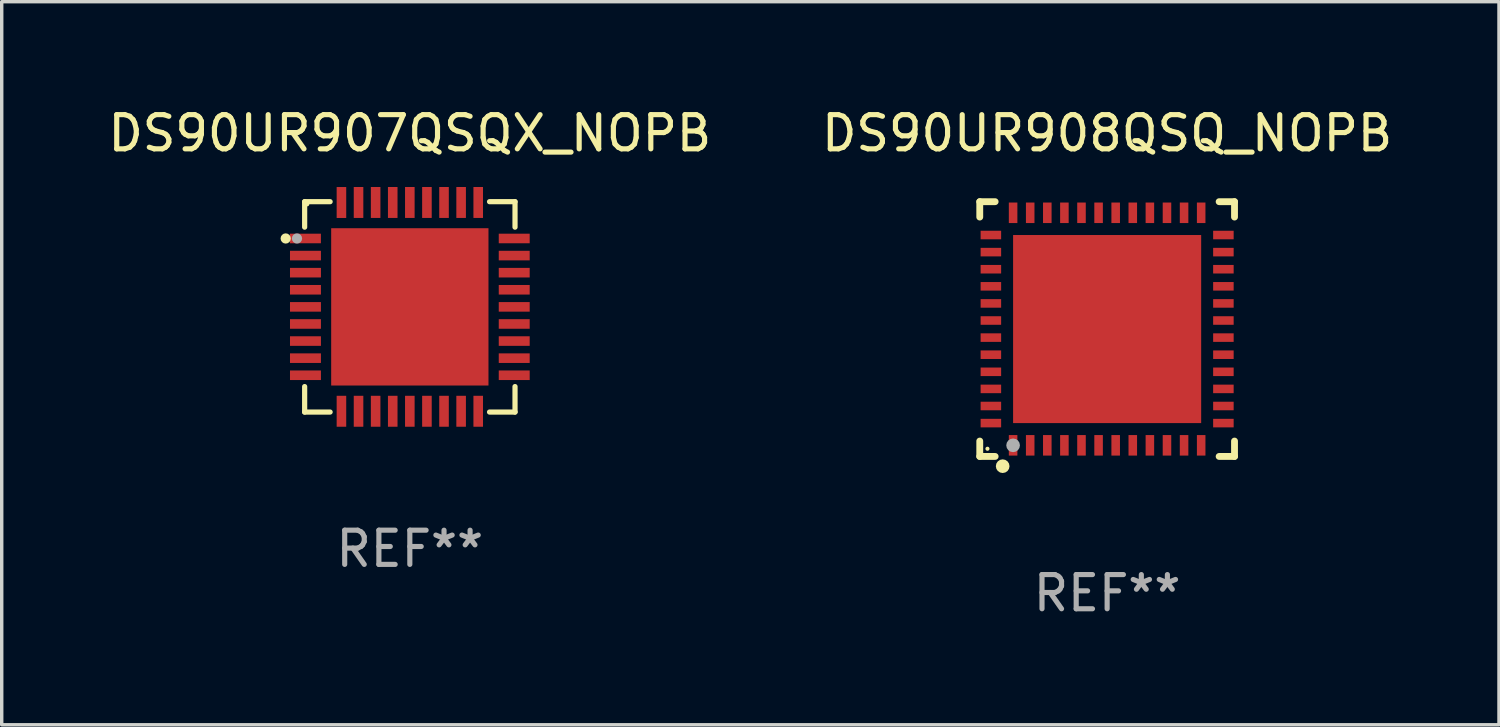
<source format=kicad_pcb>
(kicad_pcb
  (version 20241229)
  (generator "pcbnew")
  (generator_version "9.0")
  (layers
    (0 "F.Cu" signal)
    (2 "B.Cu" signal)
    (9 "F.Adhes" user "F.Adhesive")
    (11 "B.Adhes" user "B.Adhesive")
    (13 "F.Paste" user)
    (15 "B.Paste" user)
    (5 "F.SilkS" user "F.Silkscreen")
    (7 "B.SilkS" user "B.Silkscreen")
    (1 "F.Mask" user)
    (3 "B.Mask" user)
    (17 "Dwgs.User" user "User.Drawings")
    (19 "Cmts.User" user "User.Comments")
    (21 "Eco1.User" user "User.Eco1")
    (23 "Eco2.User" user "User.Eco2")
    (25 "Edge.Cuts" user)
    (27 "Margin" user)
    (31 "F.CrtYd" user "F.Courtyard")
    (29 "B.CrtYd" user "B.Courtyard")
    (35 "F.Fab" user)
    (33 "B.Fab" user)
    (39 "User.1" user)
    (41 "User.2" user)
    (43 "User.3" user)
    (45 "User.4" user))
  (footprint "DS90UR907QSQX_NOPB"
    (layer "F.Cu")
    (at 8.935 5.924)
    (property "Reference" "DS90UR907QSQX_NOPB" (at 0 -5.076 0) (layer "F.SilkS") (effects (font (size 1 1) (thickness 0.15))))
    (attr through_hole)
    (fp_line (start -3.076 -3.076) (end -3.076 -2.331) (stroke (width 0.152) (type solid)) (layer "F.SilkS"))
    (fp_line (start -3.076 3.076) (end -3.076 2.331) (stroke (width 0.152) (type solid)) (layer "F.SilkS"))
    (fp_line (start -2.331 -3.076) (end -3.076 -3.076) (stroke (width 0.152) (type solid)) (layer "F.SilkS"))
    (fp_line (start -2.331 3.076) (end -3.076 3.076) (stroke (width 0.152) (type solid)) (layer "F.SilkS"))
    (fp_line (start 2.331 -3.076) (end 3.076 -3.076) (stroke (width 0.152) (type solid)) (layer "F.SilkS"))
    (fp_line (start 2.331 3.076) (end 3.076 3.076) (stroke (width 0.152) (type solid)) (layer "F.SilkS"))
    (fp_line (start 3.076 -3.076) (end 3.076 -2.331) (stroke (width 0.152) (type solid)) (layer "F.SilkS"))
    (fp_line (start 3.076 3.076) (end 3.076 2.331) (stroke (width 0.152) (type solid)) (layer "F.SilkS"))
    (fp_circle (center -3.63 -2) (end -3.555 -2) (stroke (width 0.15) (type solid)) (fill no) (layer "F.SilkS"))
    (fp_circle (center -3 -3) (end -2.97 -3) (stroke (width 0.06) (type solid)) (fill no) (layer "F.SilkS"))
    (fp_circle (center -3.3 -2) (end -3.225 -2) (stroke (width 0.15) (type solid)) (fill no) (layer "F.Fab"))
    (fp_text user "REF**" (at 0 7.076 0) (layer "F.Fab") (effects (font (size 1 1) (thickness 0.15))))
    (pad "1" smd rect (at -3.053 -2) (size 0.905 0.28) (layers "F.Cu" "F.Mask" "F.Paste"))
    (pad "2" smd rect (at -3.052 -1.5) (size 0.905 0.28) (layers "F.Cu" "F.Mask" "F.Paste"))
    (pad "3" smd rect (at -3.052 -1) (size 0.905 0.28) (layers "F.Cu" "F.Mask" "F.Paste"))
    (pad "4" smd rect (at -3.052 -0.5) (size 0.905 0.28) (layers "F.Cu" "F.Mask" "F.Paste"))
    (pad "5" smd rect (at -3.052 0) (size 0.905 0.28) (layers "F.Cu" "F.Mask" "F.Paste"))
    (pad "6" smd rect (at -3.052 0.5) (size 0.905 0.28) (layers "F.Cu" "F.Mask" "F.Paste"))
    (pad "7" smd rect (at -3.052 1) (size 0.905 0.28) (layers "F.Cu" "F.Mask" "F.Paste"))
    (pad "8" smd rect (at -3.052 1.5) (size 0.905 0.28) (layers "F.Cu" "F.Mask" "F.Paste"))
    (pad "9" smd rect (at -3.052 2) (size 0.905 0.28) (layers "F.Cu" "F.Mask" "F.Paste"))
    (pad "10" smd rect (at -2 3.053) (size 0.28 0.905) (layers "F.Cu" "F.Mask" "F.Paste"))
    (pad "11" smd rect (at -1.5 3.053) (size 0.28 0.905) (layers "F.Cu" "F.Mask" "F.Paste"))
    (pad "12" smd rect (at -1 3.053) (size 0.28 0.905) (layers "F.Cu" "F.Mask" "F.Paste"))
    (pad "13" smd rect (at -0.5 3.053) (size 0.28 0.905) (layers "F.Cu" "F.Mask" "F.Paste"))
    (pad "14" smd rect (at 0 3.053) (size 0.28 0.905) (layers "F.Cu" "F.Mask" "F.Paste"))
    (pad "15" smd rect (at 0.5 3.053) (size 0.28 0.905) (layers "F.Cu" "F.Mask" "F.Paste"))
    (pad "16" smd rect (at 1 3.053) (size 0.28 0.905) (layers "F.Cu" "F.Mask" "F.Paste"))
    (pad "17" smd rect (at 1.5 3.053) (size 0.28 0.905) (layers "F.Cu" "F.Mask" "F.Paste"))
    (pad "18" smd rect (at 2 3.053) (size 0.28 0.905) (layers "F.Cu" "F.Mask" "F.Paste"))
    (pad "19" smd rect (at 3.053 2) (size 0.905 0.28) (layers "F.Cu" "F.Mask" "F.Paste"))
    (pad "20" smd rect (at 3.053 1.5) (size 0.905 0.28) (layers "F.Cu" "F.Mask" "F.Paste"))
    (pad "21" smd rect (at 3.053 1) (size 0.905 0.28) (layers "F.Cu" "F.Mask" "F.Paste"))
    (pad "22" smd rect (at 3.053 0.5) (size 0.905 0.28) (layers "F.Cu" "F.Mask" "F.Paste"))
    (pad "23" smd rect (at 3.053 0) (size 0.905 0.28) (layers "F.Cu" "F.Mask" "F.Paste"))
    (pad "24" smd rect (at 3.053 -0.5) (size 0.905 0.28) (layers "F.Cu" "F.Mask" "F.Paste"))
    (pad "25" smd rect (at 3.053 -1) (size 0.905 0.28) (layers "F.Cu" "F.Mask" "F.Paste"))
    (pad "26" smd rect (at 3.053 -1.5) (size 0.905 0.28) (layers "F.Cu" "F.Mask" "F.Paste"))
    (pad "27" smd rect (at 3.053 -2) (size 0.905 0.28) (layers "F.Cu" "F.Mask" "F.Paste"))
    (pad "28" smd rect (at 2 -3.053) (size 0.28 0.905) (layers "F.Cu" "F.Mask" "F.Paste"))
    (pad "29" smd rect (at 1.5 -3.053) (size 0.28 0.905) (layers "F.Cu" "F.Mask" "F.Paste"))
    (pad "30" smd rect (at 1 -3.053) (size 0.28 0.905) (layers "F.Cu" "F.Mask" "F.Paste"))
    (pad "31" smd rect (at 0.5 -3.053) (size 0.28 0.905) (layers "F.Cu" "F.Mask" "F.Paste"))
    (pad "32" smd rect (at 0 -3.053) (size 0.28 0.905) (layers "F.Cu" "F.Mask" "F.Paste"))
    (pad "33" smd rect (at -0.5 -3.053) (size 0.28 0.905) (layers "F.Cu" "F.Mask" "F.Paste"))
    (pad "34" smd rect (at -1 -3.053) (size 0.28 0.905) (layers "F.Cu" "F.Mask" "F.Paste"))
    (pad "35" smd rect (at -1.5 -3.053) (size 0.28 0.905) (layers "F.Cu" "F.Mask" "F.Paste"))
    (pad "36" smd rect (at -2 -3.052) (size 0.28 0.905) (layers "F.Cu" "F.Mask" "F.Paste"))
    (pad "37" smd rect (at 0 0) (size 4.6 4.6) (layers "F.Cu" "F.Mask" "F.Paste")))
  (footprint "DS90UR908QSQ_NOPB"
    (layer "F.Cu")
    (at 29.327 6.573)
    (property "Reference" "DS90UR908QSQ_NOPB" (at 0 -5.725 0) (layer "F.SilkS") (effects (font (size 1 1) (thickness 0.15))))
    (attr through_hole)
    (fp_line (start -3.725 -3.725) (end -3.275 -3.725) (stroke (width 0.2) (type solid)) (layer "F.SilkS"))
    (fp_line (start -3.725 -3.275) (end -3.725 -3.725) (stroke (width 0.2) (type solid)) (layer "F.SilkS"))
    (fp_line (start -3.725 3.725) (end -3.725 3.275) (stroke (width 0.2) (type solid)) (layer "F.SilkS"))
    (fp_line (start -3.275 3.725) (end -3.725 3.725) (stroke (width 0.2) (type solid)) (layer "F.SilkS"))
    (fp_line (start 3.275 3.725) (end 3.725 3.725) (stroke (width 0.2) (type solid)) (layer "F.SilkS"))
    (fp_line (start 3.725 -3.725) (end 3.275 -3.725) (stroke (width 0.2) (type solid)) (layer "F.SilkS"))
    (fp_line (start 3.725 -3.275) (end 3.725 -3.725) (stroke (width 0.2) (type solid)) (layer "F.SilkS"))
    (fp_line (start 3.725 3.725) (end 3.725 3.275) (stroke (width 0.2) (type solid)) (layer "F.SilkS"))
    (fp_circle (center -3.5 3.5) (end -3.47 3.5) (stroke (width 0.06) (type solid)) (fill no) (layer "F.SilkS"))
    (fp_circle (center -3.055 4.01) (end -2.955 4.01) (stroke (width 0.2) (type solid)) (fill no) (layer "F.SilkS"))
    (fp_circle (center -2.75 3.4) (end -2.65 3.4) (stroke (width 0.2) (type solid)) (fill no) (layer "F.Fab"))
    (fp_text user "REF**" (at 0 7.725 0) (layer "F.Fab") (effects (font (size 1 1) (thickness 0.15))))
    (pad "1" smd rect (at -2.75 3.4 180) (size 0.25 0.6) (layers "F.Cu" "F.Mask" "F.Paste"))
    (pad "2" smd rect (at -2.25 3.4 180) (size 0.25 0.6) (layers "F.Cu" "F.Mask" "F.Paste"))
    (pad "3" smd rect (at -1.75 3.4 180) (size 0.25 0.6) (layers "F.Cu" "F.Mask" "F.Paste"))
    (pad "4" smd rect (at -1.25 3.4 180) (size 0.25 0.6) (layers "F.Cu" "F.Mask" "F.Paste"))
    (pad "5" smd rect (at -0.75 3.4 180) (size 0.25 0.6) (layers "F.Cu" "F.Mask" "F.Paste"))
    (pad "6" smd rect (at -0.25 3.4 180) (size 0.25 0.6) (layers "F.Cu" "F.Mask" "F.Paste"))
    (pad "7" smd rect (at 0.25 3.4 180) (size 0.25 0.6) (layers "F.Cu" "F.Mask" "F.Paste"))
    (pad "8" smd rect (at 0.75 3.4 180) (size 0.25 0.6) (layers "F.Cu" "F.Mask" "F.Paste"))
    (pad "9" smd rect (at 1.25 3.4 180) (size 0.25 0.6) (layers "F.Cu" "F.Mask" "F.Paste"))
    (pad "10" smd rect (at 1.75 3.4 180) (size 0.25 0.6) (layers "F.Cu" "F.Mask" "F.Paste"))
    (pad "11" smd rect (at 2.25 3.4 180) (size 0.25 0.6) (layers "F.Cu" "F.Mask" "F.Paste"))
    (pad "12" smd rect (at 2.75 3.4 180) (size 0.25 0.6) (layers "F.Cu" "F.Mask" "F.Paste"))
    (pad "13" smd rect (at 3.4 2.75 90) (size 0.25 0.6) (layers "F.Cu" "F.Mask" "F.Paste"))
    (pad "14" smd rect (at 3.4 2.25 90) (size 0.25 0.6) (layers "F.Cu" "F.Mask" "F.Paste"))
    (pad "15" smd rect (at 3.4 1.75 90) (size 0.25 0.6) (layers "F.Cu" "F.Mask" "F.Paste"))
    (pad "16" smd rect (at 3.4 1.25 90) (size 0.25 0.6) (layers "F.Cu" "F.Mask" "F.Paste"))
    (pad "17" smd rect (at 3.4 0.75 90) (size 0.25 0.6) (layers "F.Cu" "F.Mask" "F.Paste"))
    (pad "18" smd rect (at 3.4 0.25 90) (size 0.25 0.6) (layers "F.Cu" "F.Mask" "F.Paste"))
    (pad "19" smd rect (at 3.4 -0.25 90) (size 0.25 0.6) (layers "F.Cu" "F.Mask" "F.Paste"))
    (pad "20" smd rect (at 3.4 -0.75 90) (size 0.25 0.6) (layers "F.Cu" "F.Mask" "F.Paste"))
    (pad "21" smd rect (at 3.4 -1.25 90) (size 0.25 0.6) (layers "F.Cu" "F.Mask" "F.Paste"))
    (pad "22" smd rect (at 3.4 -1.75 90) (size 0.25 0.6) (layers "F.Cu" "F.Mask" "F.Paste"))
    (pad "23" smd rect (at 3.4 -2.25 90) (size 0.25 0.6) (layers "F.Cu" "F.Mask" "F.Paste"))
    (pad "24" smd rect (at 3.4 -2.75 90) (size 0.25 0.6) (layers "F.Cu" "F.Mask" "F.Paste"))
    (pad "25" smd rect (at 2.75 -3.4 180) (size 0.25 0.6) (layers "F.Cu" "F.Mask" "F.Paste"))
    (pad "26" smd rect (at 2.25 -3.4 180) (size 0.25 0.6) (layers "F.Cu" "F.Mask" "F.Paste"))
    (pad "27" smd rect (at 1.75 -3.4 180) (size 0.25 0.6) (layers "F.Cu" "F.Mask" "F.Paste"))
    (pad "28" smd rect (at 1.25 -3.4 180) (size 0.25 0.6) (layers "F.Cu" "F.Mask" "F.Paste"))
    (pad "29" smd rect (at 0.75 -3.4 180) (size 0.25 0.6) (layers "F.Cu" "F.Mask" "F.Paste"))
    (pad "30" smd rect (at 0.25 -3.4 180) (size 0.25 0.6) (layers "F.Cu" "F.Mask" "F.Paste"))
    (pad "31" smd rect (at -0.25 -3.4 180) (size 0.25 0.6) (layers "F.Cu" "F.Mask" "F.Paste"))
    (pad "32" smd rect (at -0.75 -3.4 180) (size 0.25 0.6) (layers "F.Cu" "F.Mask" "F.Paste"))
    (pad "33" smd rect (at -1.25 -3.4 180) (size 0.25 0.6) (layers "F.Cu" "F.Mask" "F.Paste"))
    (pad "34" smd rect (at -1.75 -3.4 180) (size 0.25 0.6) (layers "F.Cu" "F.Mask" "F.Paste"))
    (pad "35" smd rect (at -2.25 -3.4 180) (size 0.25 0.6) (layers "F.Cu" "F.Mask" "F.Paste"))
    (pad "36" smd rect (at -2.75 -3.4 180) (size 0.25 0.6) (layers "F.Cu" "F.Mask" "F.Paste"))
    (pad "37" smd rect (at -3.4 -2.75 90) (size 0.25 0.6) (layers "F.Cu" "F.Mask" "F.Paste"))
    (pad "38" smd rect (at -3.4 -2.25 90) (size 0.25 0.6) (layers "F.Cu" "F.Mask" "F.Paste"))
    (pad "39" smd rect (at -3.4 -1.75 90) (size 0.25 0.6) (layers "F.Cu" "F.Mask" "F.Paste"))
    (pad "40" smd rect (at -3.4 -1.25 90) (size 0.25 0.6) (layers "F.Cu" "F.Mask" "F.Paste"))
    (pad "41" smd rect (at -3.4 -0.75 90) (size 0.25 0.6) (layers "F.Cu" "F.Mask" "F.Paste"))
    (pad "42" smd rect (at -3.4 -0.25 90) (size 0.25 0.6) (layers "F.Cu" "F.Mask" "F.Paste"))
    (pad "43" smd rect (at -3.4 0.25 90) (size 0.25 0.6) (layers "F.Cu" "F.Mask" "F.Paste"))
    (pad "44" smd rect (at -3.4 0.75 90) (size 0.25 0.6) (layers "F.Cu" "F.Mask" "F.Paste"))
    (pad "45" smd rect (at -3.4 1.25 90) (size 0.25 0.6) (layers "F.Cu" "F.Mask" "F.Paste"))
    (pad "46" smd rect (at -3.4 1.75 90) (size 0.25 0.6) (layers "F.Cu" "F.Mask" "F.Paste"))
    (pad "47" smd rect (at -3.4 2.25 90) (size 0.25 0.6) (layers "F.Cu" "F.Mask" "F.Paste"))
    (pad "48" smd rect (at -3.4 2.75 90) (size 0.25 0.6) (layers "F.Cu" "F.Mask" "F.Paste"))
    (pad "49" smd rect (at -0.000076 -0.000076 90) (size 5.5 5.5) (layers "F.Cu" "F.Mask" "F.Paste")))
  (gr_rect
    (start -3 -3)
    (end 40.786 18.146)
    (stroke (width 0.1) (type default))
    (fill no)
    (layer "Edge.Cuts")))
</source>
